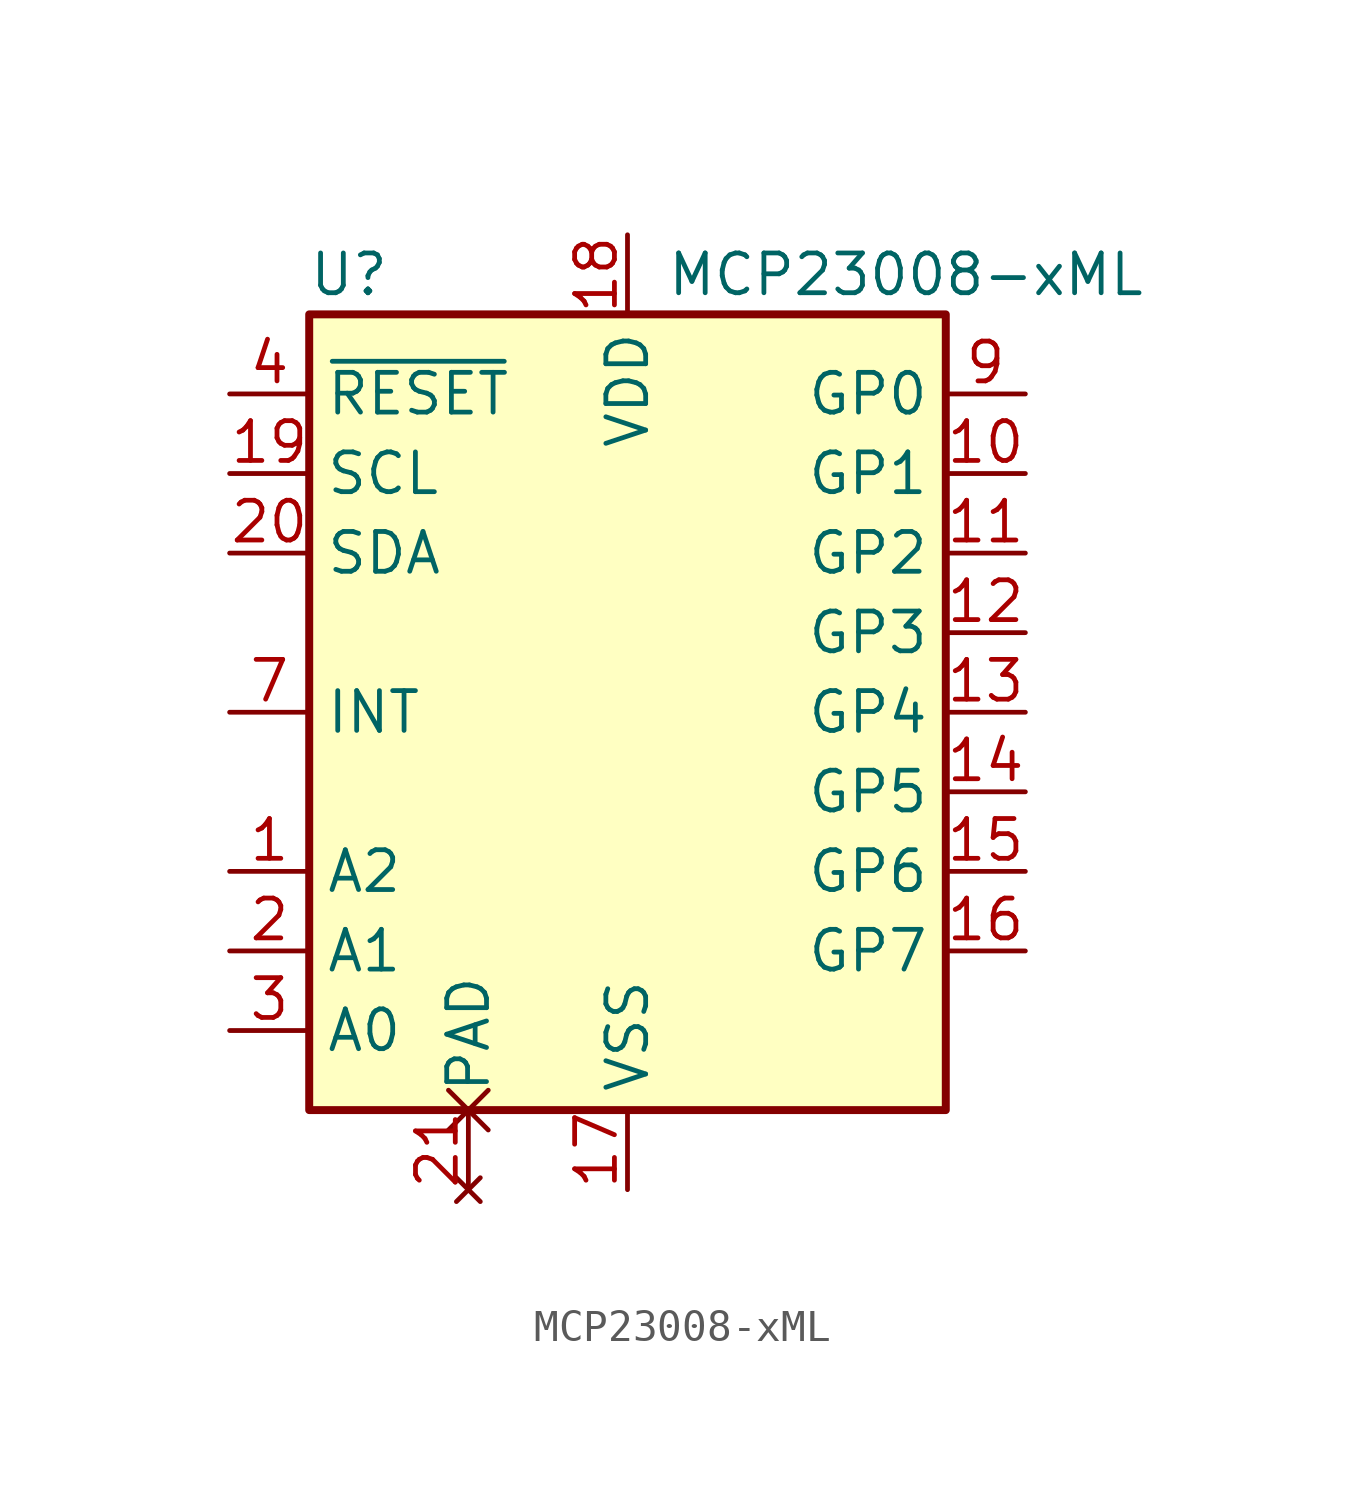
<source format=kicad_sym>
(kicad_symbol_lib
  (version 20220914)
  (generator kicad_symbol_editor)
  (symbol "MCP23008-xML"
    (property "Reference" "U"
      (at -8.89 13.97 0)
      (effects (font (size 1.27 1.27))))
    (property "Value" "MCP23008-xML"
      (at 8.89 13.97 0)
      (effects (font (size 1.27 1.27))))
    (symbol "MCP23008-xML_0_1"
      (rectangle (start -10.16 12.7) (end 10.16 -12.7) (stroke (width 0.254) (type default)) (fill (type background))))
    (symbol "MCP23008-xML_1_1"
      (pin input line (at -12.7 -5.08 0) (length 2.54) (name "A2" (effects (font (size 1.27 1.27)))) (number "1" (effects (font (size 1.27 1.27)))))
      (pin bidirectional line (at 12.7 7.62 180) (length 2.54) (name "GP1" (effects (font (size 1.27 1.27)))) (number "10" (effects (font (size 1.27 1.27)))))
      (pin bidirectional line (at 12.7 5.08 180) (length 2.54) (name "GP2" (effects (font (size 1.27 1.27)))) (number "11" (effects (font (size 1.27 1.27)))))
      (pin bidirectional line (at 12.7 2.54 180) (length 2.54) (name "GP3" (effects (font (size 1.27 1.27)))) (number "12" (effects (font (size 1.27 1.27)))))
      (pin bidirectional line (at 12.7 0 180) (length 2.54) (name "GP4" (effects (font (size 1.27 1.27)))) (number "13" (effects (font (size 1.27 1.27)))))
      (pin bidirectional line (at 12.7 -2.54 180) (length 2.54) (name "GP5" (effects (font (size 1.27 1.27)))) (number "14" (effects (font (size 1.27 1.27)))))
      (pin bidirectional line (at 12.7 -5.08 180) (length 2.54) (name "GP6" (effects (font (size 1.27 1.27)))) (number "15" (effects (font (size 1.27 1.27)))))
      (pin bidirectional line (at 12.7 -7.62 180) (length 2.54) (name "GP7" (effects (font (size 1.27 1.27)))) (number "16" (effects (font (size 1.27 1.27)))))
      (pin power_in line (at 0 -15.24 90) (length 2.54) (name "VSS" (effects (font (size 1.27 1.27)))) (number "17" (effects (font (size 1.27 1.27)))))
      (pin power_in line (at 0 15.24 270) (length 2.54) (name "VDD" (effects (font (size 1.27 1.27)))) (number "18" (effects (font (size 1.27 1.27)))))
      (pin input line (at -12.7 7.62 0) (length 2.54) (name "SCL" (effects (font (size 1.27 1.27)))) (number "19" (effects (font (size 1.27 1.27)))))
      (pin input line (at -12.7 -7.62 0) (length 2.54) (name "A1" (effects (font (size 1.27 1.27)))) (number "2" (effects (font (size 1.27 1.27)))))
      (pin bidirectional line (at -12.7 5.08 0) (length 2.54) (name "SDA" (effects (font (size 1.27 1.27)))) (number "20" (effects (font (size 1.27 1.27)))))
      (pin no_connect non_logic (at -5.08 -15.24 90) (length 2.54) (name "PAD" (effects (font (size 1.27 1.27)))) (number "21" (effects (font (size 1.27 1.27)))))
      (pin input line (at -12.7 -10.16 0) (length 2.54) (name "A0" (effects (font (size 1.27 1.27)))) (number "3" (effects (font (size 1.27 1.27)))))
      (pin input line (at -12.7 10.16 0) (length 2.54) (name "~{RESET}" (effects (font (size 1.27 1.27)))) (number "4" (effects (font (size 1.27 1.27)))))
      (pin no_connect line (at -10.16 2.54 0) (length 2.54) hide (name "NC" (effects (font (size 1.27 1.27)))) (number "5" (effects (font (size 1.27 1.27)))))
      (pin no_connect line (at -10.16 -2.54 0) (length 2.54) hide (name "NC" (effects (font (size 1.27 1.27)))) (number "6" (effects (font (size 1.27 1.27)))))
      (pin output line (at -12.7 0 0) (length 2.54) (name "INT" (effects (font (size 1.27 1.27)))) (number "7" (effects (font (size 1.27 1.27)))) (alternate "INT" open_collector line))
      (pin no_connect line (at 10.16 -10.16 180) (length 2.54) hide (name "NC" (effects (font (size 1.27 1.27)))) (number "8" (effects (font (size 1.27 1.27)))))
      (pin bidirectional line (at 12.7 10.16 180) (length 2.54) (name "GP0" (effects (font (size 1.27 1.27)))) (number "9" (effects (font (size 1.27 1.27))))))))
</source>
